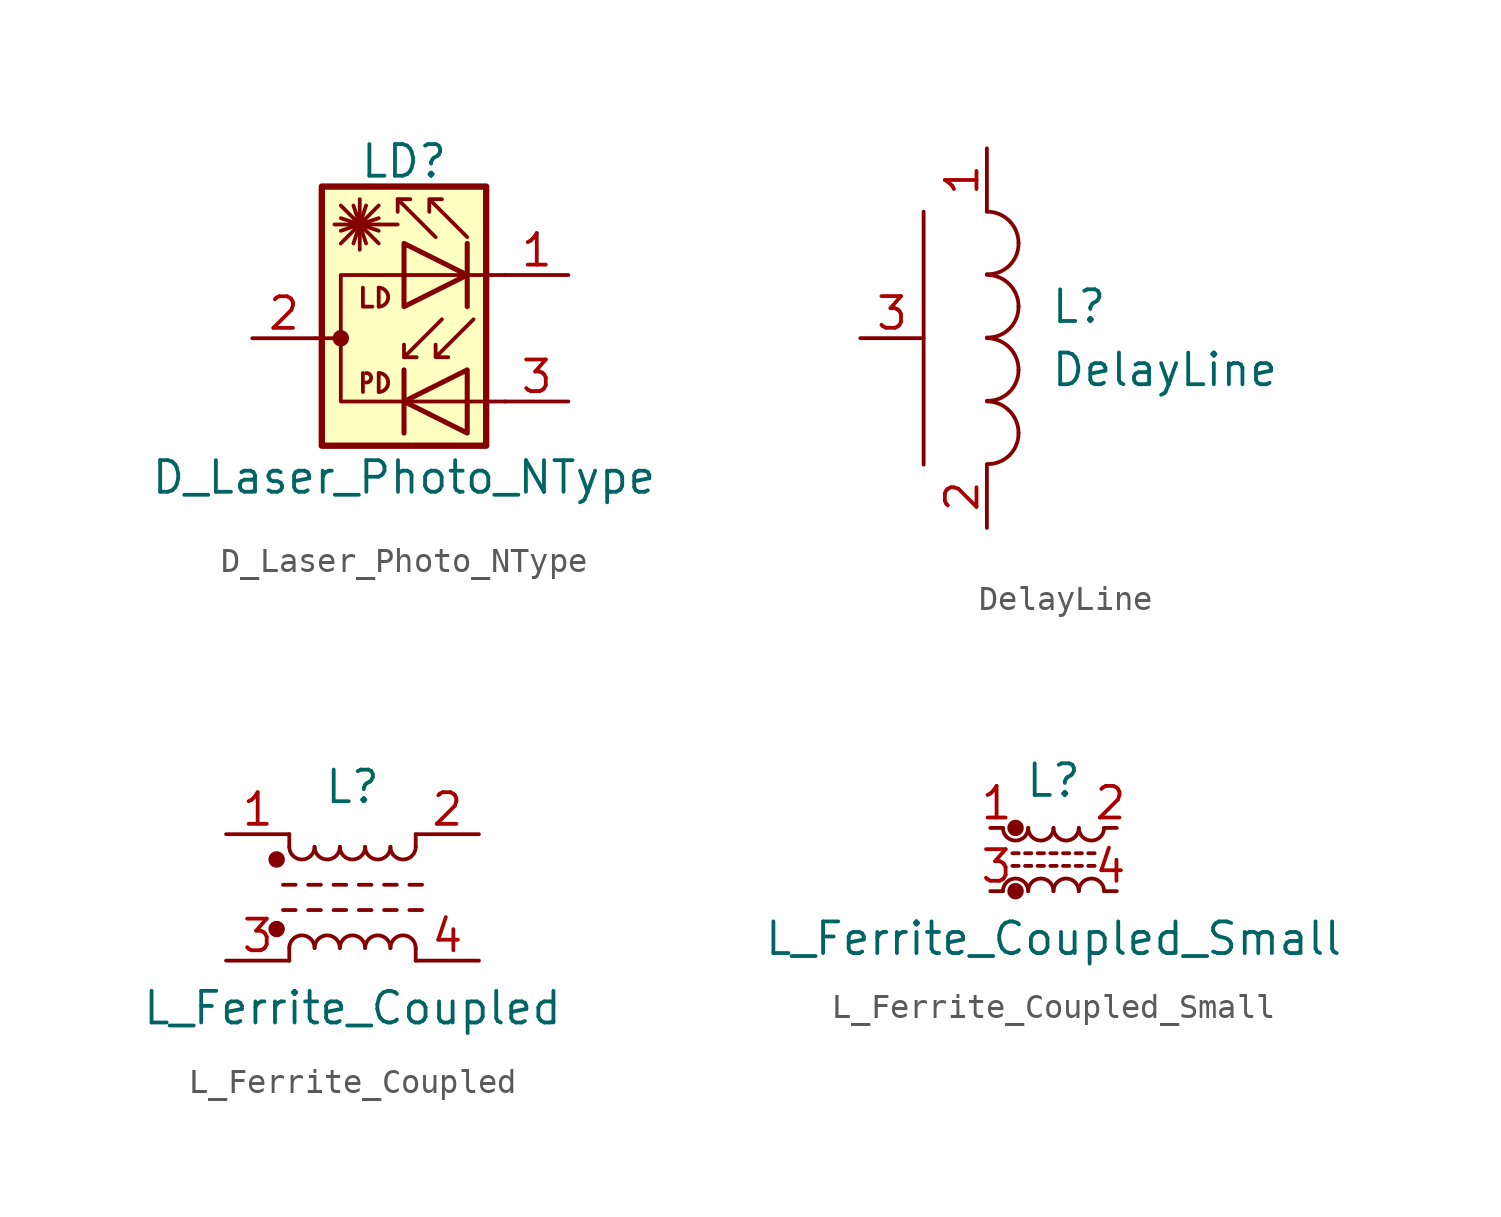
<source format=kicad_sym>
(kicad_symbol_lib
  (version 20201005)
  (generator kicad_symbol_editor)
  (symbol "D_Laser_Photo_NType"
    (pin_names hide)
    (property "Reference" "LD"
      (at 1.016 7.112 0)
      (effects (font (size 1.27 1.27))))
    (property "Value" "D_Laser_Photo_NType"
      (at 1.016 -5.588 0)
      (effects (font (size 1.27 1.27))))
    (symbol "D_Laser_Photo_NType_0_1"
      (arc (start -0.508 -1.778) (end -0.508 -1.397) (radius (at -0.508 -1.6002) (length 0.1778) (angles -89.9 89.9)) (stroke (width 0)) (fill (type none)))
      (arc (start 0 -2.159) (end 0 -1.397) (radius (at 0 -1.778) (length 0.381) (angles -89.9 89.9)) (stroke (width 0)) (fill (type none)))
      (arc (start 0 1.27) (end 0 2.032) (radius (at 0 1.651) (length 0.381) (angles -89.9 89.9)) (stroke (width 0)) (fill (type none)))
      (circle (center -1.524 0) (radius 0.254) (stroke (width 0)) (fill (type outline)))
      (rectangle (start 4.318 6.096) (end -2.286 -4.318) (stroke (width 0.254)) (fill (type background)))
      (polyline (pts (xy -2.54 0) (xy -1.524 0)) (stroke (width 0)) (fill (type none)))
      (polyline (pts (xy -1.524 3.81) (xy 0 5.334)) (stroke (width 0)) (fill (type none)))
      (polyline (pts (xy -1.524 4.318) (xy 0 4.826)) (stroke (width 0)) (fill (type none)))
      (polyline (pts (xy -1.524 4.826) (xy 0 4.318)) (stroke (width 0)) (fill (type none)))
      (polyline (pts (xy -1.524 5.334) (xy 0 3.81)) (stroke (width 0)) (fill (type none)))
      (polyline (pts (xy -1.016 5.334) (xy -0.508 3.81)) (stroke (width 0)) (fill (type none)))
      (polyline (pts (xy -0.762 4.572) (xy -0.762 3.556)) (stroke (width 0)) (fill (type none)))
      (polyline (pts (xy -0.762 4.572) (xy -0.762 5.588)) (stroke (width 0)) (fill (type none)))
      (polyline (pts (xy -0.635 -1.397) (xy -0.635 -2.159)) (stroke (width 0)) (fill (type none)))
      (polyline (pts (xy -0.508 5.334) (xy -1.016 3.81)) (stroke (width 0)) (fill (type none)))
      (polyline (pts (xy 0 -1.397) (xy 0 -2.159)) (stroke (width 0)) (fill (type none)))
      (polyline (pts (xy 0 2.032) (xy 0 1.27)) (stroke (width 0)) (fill (type none)))
      (polyline (pts (xy 0.762 4.572) (xy -1.778 4.572)) (stroke (width 0)) (fill (type none)))
      (polyline (pts (xy 0.762 5.588) (xy 1.27 5.588)) (stroke (width 0)) (fill (type none)))
      (polyline (pts (xy 1.016 -1.27) (xy 1.016 -3.81)) (stroke (width 0.203)) (fill (type none)))
      (polyline (pts (xy 1.016 -0.762) (xy 1.524 -0.762)) (stroke (width 0)) (fill (type none)))
      (polyline (pts (xy 3.556 3.81) (xy 3.556 1.27)) (stroke (width 0.203)) (fill (type none)))
      (polyline (pts (xy -0.635 2.032) (xy -0.635 1.27) (xy -0.254 1.27)) (stroke (width 0)) (fill (type none)))
      (polyline (pts (xy 2.286 4.064) (xy 0.762 5.588) (xy 0.762 5.08)) (stroke (width 0)) (fill (type none)))
      (polyline (pts (xy 2.54 0.762) (xy 1.016 -0.762) (xy 1.016 -0.254)) (stroke (width 0)) (fill (type none)))
      (polyline (pts (xy 3.556 -1.27) (xy 3.556 -3.81) (xy 1.016 -2.54) (xy 3.556 -1.27)) (stroke (width 0.203)) (fill (type none)))
      (polyline (pts (xy 5.08 2.54) (xy -1.524 2.54) (xy -1.524 -2.54) (xy 5.08 -2.54)) (stroke (width 0)) (fill (type none)))
      (polyline (pts (xy 3.556 4.064) (xy 2.032 5.588) (xy 2.032 5.08) (xy 2.032 5.588) (xy 2.54 5.588)) (stroke (width 0)) (fill (type none)))
      (polyline (pts (xy 3.81 0.762) (xy 2.286 -0.762) (xy 2.286 -0.254) (xy 2.286 -0.762) (xy 2.794 -0.762)) (stroke (width 0)) (fill (type none))))
    (symbol "D_Laser_Photo_NType_1_1"
      (polyline (pts (xy 1.016 3.81) (xy 1.016 1.27) (xy 3.556 2.54) (xy 1.016 3.81)) (stroke (width 0.203)) (fill (type none)))
      (pin passive line (at 7.62 2.54 180) (length 2.54) (name "~" (effects (font (size 1.27 1.27)))) (number "1" (effects (font (size 1.27 1.27)))))
      (pin passive line (at -5.08 0 0) (length 2.54) (name "~" (effects (font (size 1.27 1.27)))) (number "2" (effects (font (size 1.27 1.27)))))
      (pin passive line (at 7.62 -2.54 180) (length 2.54) (name "~" (effects (font (size 1.27 1.27)))) (number "3" (effects (font (size 1.27 1.27)))))))
  (symbol "DelayLine"
    (pin_names
      (offset 1.016) hide)
    (property "Reference" "L"
      (at 2.54 1.27 0)
      (effects (font (size 1.27 1.27)) (justify left)))
    (property "Value" "DelayLine"
      (at 2.54 -1.27 0)
      (effects (font (size 1.27 1.27)) (justify left)))
    (symbol "DelayLine_0_1"
      (arc (start 0 -2.54) (end 1.27 -3.81) (radius (at 0 -3.81) (length 1.27) (angles 89.9 0.1)) (stroke (width 0)) (fill (type none)))
      (arc (start 1.27 -3.81) (end 0 -5.0546) (radius (at 0 -3.81) (length 1.27) (angles -0.1 -89.9)) (stroke (width 0)) (fill (type none)))
      (arc (start 0 0) (end 1.27 -1.27) (radius (at 0 -1.27) (length 1.27) (angles 89.9 0.1)) (stroke (width 0)) (fill (type none)))
      (arc (start 1.27 -1.27) (end 0 -2.5146) (radius (at 0 -1.27) (length 1.27) (angles -0.1 -89.9)) (stroke (width 0)) (fill (type none)))
      (arc (start 0 2.54) (end 1.27 1.27) (radius (at 0 1.27) (length 1.27) (angles 89.9 0.1)) (stroke (width 0)) (fill (type none)))
      (arc (start 1.27 1.27) (end 0 0.0254) (radius (at 0 1.27) (length 1.27) (angles -0.1 -89.9)) (stroke (width 0)) (fill (type none)))
      (arc (start 0 5.08) (end 1.27 3.81) (radius (at 0 3.81) (length 1.27) (angles 89.9 0.1)) (stroke (width 0)) (fill (type none)))
      (arc (start 1.27 3.81) (end 0 2.5654) (radius (at 0 3.81) (length 1.27) (angles -0.1 -89.9)) (stroke (width 0)) (fill (type none)))
      (polyline (pts (xy -2.54 5.08) (xy -2.54 -5.08)) (stroke (width 0)) (fill (type none))))
    (symbol "DelayLine_1_1"
      (pin passive line (at 0 7.62 270) (length 2.54) (name "1" (effects (font (size 1.27 1.27)))) (number "1" (effects (font (size 1.27 1.27)))))
      (pin passive line (at 0 -7.62 90) (length 2.54) (name "2" (effects (font (size 1.27 1.27)))) (number "2" (effects (font (size 1.27 1.27)))))
      (pin input line (at -5.08 0 0) (length 2.54) (name "COMMUN" (effects (font (size 1.27 1.27)))) (number "3" (effects (font (size 1.27 1.27)))))))
  (symbol "L_Ferrite_Coupled"
    (pin_names
      (offset 0.254) hide)
    (property "Reference" "L"
      (at 0 4.445 0)
      (effects (font (size 1.27 1.27))))
    (property "Value" "L_Ferrite_Coupled"
      (at 0 -4.445 0)
      (effects (font (size 1.27 1.27))))
    (symbol "L_Ferrite_Coupled_0_1"
      (arc (start -1.524 -2.032) (end -2.54 -2.032) (radius (at -2.032 -2.032) (length 0.508) (angles 0.1 179.9)) (stroke (width 0)) (fill (type none)))
      (arc (start -2.54 2.032) (end -1.524 2.032) (radius (at -2.032 2.032) (length 0.508) (angles -179.9 -0.1)) (stroke (width 0)) (fill (type none)))
      (arc (start -0.508 -2.032) (end -1.524 -2.032) (radius (at -1.016 -2.032) (length 0.508) (angles 0.1 179.9)) (stroke (width 0)) (fill (type none)))
      (arc (start -1.524 2.032) (end -0.508 2.032) (radius (at -1.016 2.032) (length 0.508) (angles -179.9 -0.1)) (stroke (width 0)) (fill (type none)))
      (arc (start 0.508 -2.032) (end -0.508 -2.032) (radius (at 0 -2.032) (length 0.508) (angles 0.1 179.9)) (stroke (width 0)) (fill (type none)))
      (arc (start -0.508 2.032) (end 0.508 2.032) (radius (at 0 2.032) (length 0.508) (angles -179.9 -0.1)) (stroke (width 0)) (fill (type none)))
      (arc (start 1.524 -2.032) (end 0.508 -2.032) (radius (at 1.016 -2.032) (length 0.508) (angles 0.1 179.9)) (stroke (width 0)) (fill (type none)))
      (arc (start 0.508 2.032) (end 1.524 2.032) (radius (at 1.016 2.032) (length 0.508) (angles -179.9 -0.1)) (stroke (width 0)) (fill (type none)))
      (arc (start 2.54 -2.032) (end 1.524 -2.032) (radius (at 2.032 -2.032) (length 0.508) (angles 0.1 179.9)) (stroke (width 0)) (fill (type none)))
      (arc (start 1.524 2.032) (end 2.54 2.032) (radius (at 2.032 2.032) (length 0.508) (angles -179.9 -0.1)) (stroke (width 0)) (fill (type none)))
      (circle (center -3.048 -1.27) (radius 0.254) (stroke (width 0)) (fill (type outline)))
      (circle (center -3.048 1.524) (radius 0.254) (stroke (width 0)) (fill (type outline)))
      (polyline (pts (xy -2.794 -0.508) (xy -2.286 -0.508)) (stroke (width 0)) (fill (type none)))
      (polyline (pts (xy -2.794 0.508) (xy -2.286 0.508)) (stroke (width 0)) (fill (type none)))
      (polyline (pts (xy -2.54 -2.032) (xy -2.54 -2.54)) (stroke (width 0)) (fill (type none)))
      (polyline (pts (xy -2.54 2.032) (xy -2.54 2.54)) (stroke (width 0)) (fill (type none)))
      (polyline (pts (xy -1.778 -0.508) (xy -1.27 -0.508)) (stroke (width 0)) (fill (type none)))
      (polyline (pts (xy -1.778 0.508) (xy -1.27 0.508)) (stroke (width 0)) (fill (type none)))
      (polyline (pts (xy -0.762 -0.508) (xy -0.254 -0.508)) (stroke (width 0)) (fill (type none)))
      (polyline (pts (xy -0.762 0.508) (xy -0.254 0.508)) (stroke (width 0)) (fill (type none)))
      (polyline (pts (xy 0.254 -0.508) (xy 0.762 -0.508)) (stroke (width 0)) (fill (type none)))
      (polyline (pts (xy 0.254 0.508) (xy 0.762 0.508)) (stroke (width 0)) (fill (type none)))
      (polyline (pts (xy 1.27 -0.508) (xy 1.778 -0.508)) (stroke (width 0)) (fill (type none)))
      (polyline (pts (xy 1.27 0.508) (xy 1.778 0.508)) (stroke (width 0)) (fill (type none)))
      (polyline (pts (xy 2.286 -0.508) (xy 2.794 -0.508)) (stroke (width 0)) (fill (type none)))
      (polyline (pts (xy 2.286 0.508) (xy 2.794 0.508)) (stroke (width 0)) (fill (type none)))
      (polyline (pts (xy 2.54 -2.032) (xy 2.54 -2.54)) (stroke (width 0)) (fill (type none)))
      (polyline (pts (xy 2.54 2.54) (xy 2.54 2.032)) (stroke (width 0)) (fill (type none))))
    (symbol "L_Ferrite_Coupled_1_1"
      (pin passive line (at -5.08 2.54 0) (length 2.54) (name "1" (effects (font (size 1.27 1.27)))) (number "1" (effects (font (size 1.27 1.27)))))
      (pin passive line (at 5.08 2.54 180) (length 2.54) (name "2" (effects (font (size 1.27 1.27)))) (number "2" (effects (font (size 1.27 1.27)))))
      (pin passive line (at -5.08 -2.54 0) (length 2.54) (name "3" (effects (font (size 1.27 1.27)))) (number "3" (effects (font (size 1.27 1.27)))))
      (pin passive line (at 5.08 -2.54 180) (length 2.54) (name "4" (effects (font (size 1.27 1.27)))) (number "4" (effects (font (size 1.27 1.27)))))))
  (symbol "L_Ferrite_Coupled_Small"
    (pin_names
      (offset 0.254) hide)
    (property "Reference" "L"
      (at 0 3.175 0)
      (effects (font (size 1.27 1.27))))
    (property "Value" "L_Ferrite_Coupled_Small"
      (at 0 -3.175 0)
      (effects (font (size 1.27 1.27))))
    (symbol "L_Ferrite_Coupled_Small_0_1"
      (arc (start -1.016 -1.27) (end -2.032 -1.27) (radius (at -1.524 -1.27) (length 0.508) (angles 0.1 179.9)) (stroke (width 0)) (fill (type none)))
      (arc (start -2.032 1.27) (end -1.016 1.27) (radius (at -1.524 1.27) (length 0.508) (angles -179.9 -0.1)) (stroke (width 0)) (fill (type none)))
      (arc (start 0 -1.27) (end -1.016 -1.27) (radius (at -0.508 -1.27) (length 0.508) (angles 0.1 179.9)) (stroke (width 0)) (fill (type none)))
      (arc (start -1.016 1.27) (end 0 1.27) (radius (at -0.508 1.27) (length 0.508) (angles -179.9 -0.1)) (stroke (width 0)) (fill (type none)))
      (arc (start 1.016 -1.27) (end 0 -1.27) (radius (at 0.508 -1.27) (length 0.508) (angles 0.1 179.9)) (stroke (width 0)) (fill (type none)))
      (arc (start 0 1.27) (end 1.016 1.27) (radius (at 0.508 1.27) (length 0.508) (angles -179.9 -0.1)) (stroke (width 0)) (fill (type none)))
      (arc (start 2.032 -1.27) (end 1.016 -1.27) (radius (at 1.524 -1.27) (length 0.508) (angles 0.1 179.9)) (stroke (width 0)) (fill (type none)))
      (arc (start 1.016 1.27) (end 2.032 1.27) (radius (at 1.524 1.27) (length 0.508) (angles -179.9 -0.1)) (stroke (width 0)) (fill (type none)))
      (circle (center -1.524 -1.27) (radius 0.254) (stroke (width 0)) (fill (type outline)))
      (circle (center -1.524 1.27) (radius 0.254) (stroke (width 0)) (fill (type outline)))
      (polyline (pts (xy -1.651 0.254) (xy -1.397 0.254)) (stroke (width 0)) (fill (type none)))
      (polyline (pts (xy -1.397 -0.254) (xy -1.651 -0.254)) (stroke (width 0)) (fill (type none)))
      (polyline (pts (xy -1.143 0.254) (xy -0.889 0.254)) (stroke (width 0)) (fill (type none)))
      (polyline (pts (xy -0.889 -0.254) (xy -1.143 -0.254)) (stroke (width 0)) (fill (type none)))
      (polyline (pts (xy -0.635 0.254) (xy -0.381 0.254)) (stroke (width 0)) (fill (type none)))
      (polyline (pts (xy -0.381 -0.254) (xy -0.635 -0.254)) (stroke (width 0)) (fill (type none)))
      (polyline (pts (xy -0.127 0.254) (xy 0.127 0.254)) (stroke (width 0)) (fill (type none)))
      (polyline (pts (xy 0.127 -0.254) (xy -0.127 -0.254)) (stroke (width 0)) (fill (type none)))
      (polyline (pts (xy 0.381 0.254) (xy 0.635 0.254)) (stroke (width 0)) (fill (type none)))
      (polyline (pts (xy 0.635 -0.254) (xy 0.381 -0.254)) (stroke (width 0)) (fill (type none)))
      (polyline (pts (xy 0.889 0.254) (xy 1.143 0.254)) (stroke (width 0)) (fill (type none)))
      (polyline (pts (xy 1.143 -0.254) (xy 0.889 -0.254)) (stroke (width 0)) (fill (type none)))
      (polyline (pts (xy 1.397 0.254) (xy 1.651 0.254)) (stroke (width 0)) (fill (type none)))
      (polyline (pts (xy 1.651 -0.254) (xy 1.397 -0.254)) (stroke (width 0)) (fill (type none))))
    (symbol "L_Ferrite_Coupled_Small_1_1"
      (pin passive line (at -2.54 1.27 0) (length 0.508) (name "1" (effects (font (size 1.27 1.27)))) (number "1" (effects (font (size 1.27 1.27)))))
      (pin passive line (at 2.54 1.27 180) (length 0.508) (name "2" (effects (font (size 1.27 1.27)))) (number "2" (effects (font (size 1.27 1.27)))))
      (pin passive line (at -2.54 -1.27 0) (length 0.508) (name "3" (effects (font (size 1.27 1.27)))) (number "3" (effects (font (size 1.27 1.27)))))
      (pin passive line (at 2.54 -1.27 180) (length 0.508) (name "4" (effects (font (size 1.27 1.27)))) (number "4" (effects (font (size 1.27 1.27))))))))
</source>
